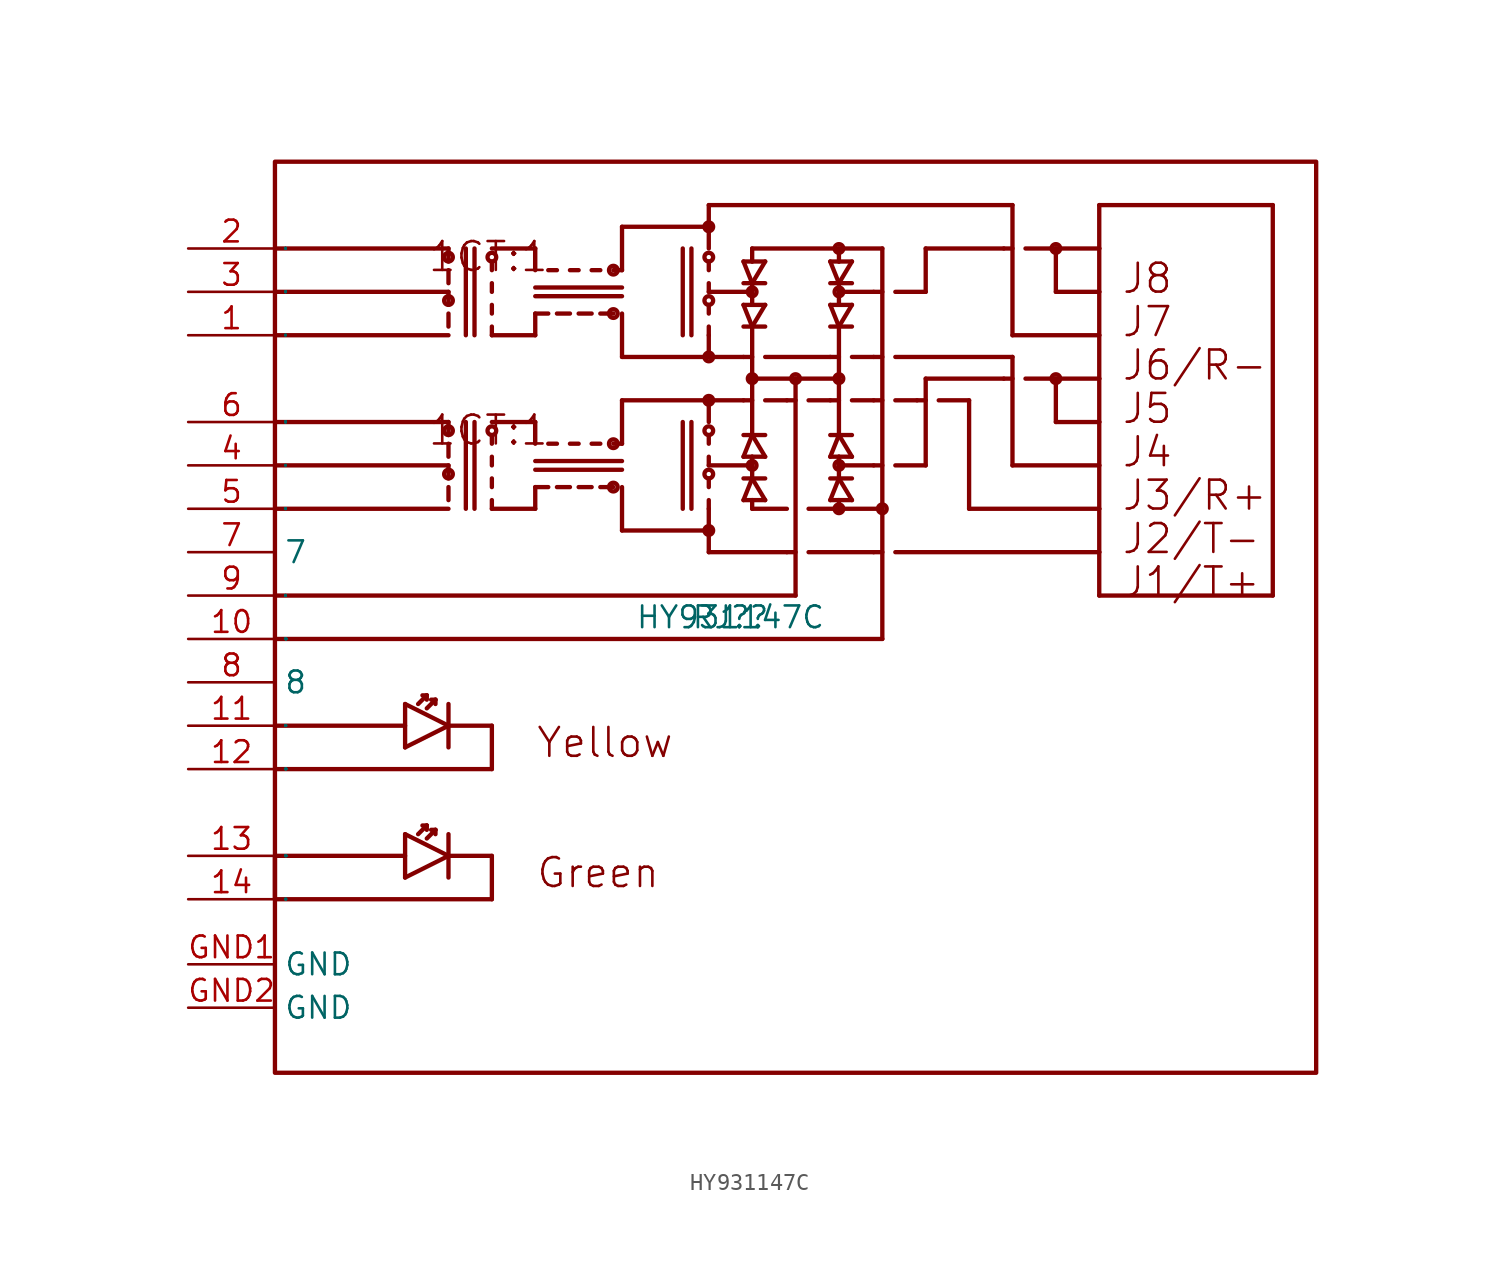
<source format=kicad_sym>
(kicad_symbol_lib
  (version 20241209)
  (generator "kicad_symbol_editor")
  (generator_version "9.0")
  (symbol "HY931147C"
    (property "Reference" "RJ?"
      (at 0 0 0)
      (effects (font (size 1.27 1.27))))
    (property "Value" "HY931147C"
      (at 0 0 0)
      (effects (font (size 1.27 1.27))))
    (symbol "HY931147C_0_0"
      (rectangle (start -26.67 26.67) (end 34.29 -26.67) (stroke (width 0.254) (type solid)) (fill (type none)))
      (polyline (pts (xy -26.67 21.59) (xy -16.51 21.59)) (stroke (width 0.254) (type solid)) (fill (type none)))
      (polyline (pts (xy -26.67 19.05) (xy -16.51 19.05)) (stroke (width 0.254) (type solid)) (fill (type none)))
      (polyline (pts (xy -26.67 8.89) (xy -16.51 8.89)) (stroke (width 0.254) (type solid)) (fill (type none)))
      (polyline (pts (xy -26.67 6.35) (xy -16.51 6.35)) (stroke (width 0.254) (type solid)) (fill (type none)))
      (polyline (pts (xy -26.67 1.27) (xy 3.81 1.27)) (stroke (width 0.254) (type solid)) (fill (type none)))
      (polyline (pts (xy -26.67 -1.27) (xy 8.89 -1.27)) (stroke (width 0.254) (type solid)) (fill (type none)))
      (polyline (pts (xy -26.67 -6.35) (xy -19.05 -6.35)) (stroke (width 0.254) (type solid)) (fill (type none)))
      (polyline (pts (xy -26.67 -8.89) (xy -13.97 -8.89)) (stroke (width 0.254) (type solid)) (fill (type none)))
      (polyline (pts (xy -26.67 -13.97) (xy -19.05 -13.97)) (stroke (width 0.254) (type solid)) (fill (type none)))
      (polyline (pts (xy -26.67 -16.51) (xy -26.67 -13.97)) (stroke (width 0.254) (type solid)) (fill (type none)))
      (polyline (pts (xy -26.67 -16.51) (xy -13.97 -16.51)) (stroke (width 0.254) (type solid)) (fill (type none)))
      (polyline (pts (xy -19.05 -5.08) (xy -19.05 -7.62)) (stroke (width 0.254) (type solid)) (fill (type none)))
      (polyline (pts (xy -19.05 -7.62) (xy -16.51 -6.35)) (stroke (width 0.254) (type solid)) (fill (type none)))
      (polyline (pts (xy -19.05 -12.7) (xy -19.05 -15.24)) (stroke (width 0.254) (type solid)) (fill (type none)))
      (polyline (pts (xy -19.05 -15.24) (xy -16.51 -13.97)) (stroke (width 0.254) (type solid)) (fill (type none)))
      (polyline (pts (xy -18.288 -5.08) (xy -17.78 -4.572)) (stroke (width 0.254) (type solid)) (fill (type none)))
      (polyline (pts (xy -18.288 -12.7) (xy -17.78 -12.192)) (stroke (width 0.254) (type solid)) (fill (type none)))
      (polyline (pts (xy -17.78 -4.572) (xy -18.034 -4.572)) (stroke (width 0.254) (type solid)) (fill (type none)))
      (polyline (pts (xy -17.78 -4.826) (xy -17.78 -4.572)) (stroke (width 0.254) (type solid)) (fill (type none)))
      (polyline (pts (xy -17.78 -5.334) (xy -17.272 -4.826)) (stroke (width 0.254) (type solid)) (fill (type none)))
      (polyline (pts (xy -17.78 -12.192) (xy -18.034 -12.192)) (stroke (width 0.254) (type solid)) (fill (type none)))
      (polyline (pts (xy -17.78 -12.446) (xy -17.78 -12.192)) (stroke (width 0.254) (type solid)) (fill (type none)))
      (polyline (pts (xy -17.78 -12.954) (xy -17.272 -12.446)) (stroke (width 0.254) (type solid)) (fill (type none)))
      (polyline (pts (xy -17.526 -4.826) (xy -17.272 -4.826)) (stroke (width 0.254) (type solid)) (fill (type none)))
      (polyline (pts (xy -17.526 -12.446) (xy -17.272 -12.446)) (stroke (width 0.254) (type solid)) (fill (type none)))
      (polyline (pts (xy -17.272 -4.826) (xy -17.272 -5.08)) (stroke (width 0.254) (type solid)) (fill (type none)))
      (polyline (pts (xy -17.272 -12.446) (xy -17.272 -12.7)) (stroke (width 0.254) (type solid)) (fill (type none)))
      (circle (center -16.51 21.082) (radius 0.254) (stroke (width 0.254) (type solid)) (fill (type none)))
      (polyline (pts (xy -16.51 20.828) (xy -16.51 21.59)) (stroke (width 0.254) (type solid)) (fill (type none)))
      (polyline (pts (xy -16.51 19.558) (xy -16.51 20.32)) (stroke (width 0.254) (type solid)) (fill (type none)))
      (circle (center -16.51 18.542) (radius 0.254) (stroke (width 0.254) (type solid)) (fill (type none)))
      (polyline (pts (xy -16.51 18.288) (xy -16.51 19.05)) (stroke (width 0.254) (type solid)) (fill (type none)))
      (polyline (pts (xy -16.51 17.018) (xy -16.51 17.78)) (stroke (width 0.254) (type solid)) (fill (type none)))
      (polyline (pts (xy -16.51 16.51) (xy -26.67 16.51)) (stroke (width 0.254) (type solid)) (fill (type none)))
      (polyline (pts (xy -16.51 11.43) (xy -26.67 11.43)) (stroke (width 0.254) (type solid)) (fill (type none)))
      (circle (center -16.51 10.922) (radius 0.254) (stroke (width 0.254) (type solid)) (fill (type none)))
      (polyline (pts (xy -16.51 10.668) (xy -16.51 11.43)) (stroke (width 0.254) (type solid)) (fill (type none)))
      (polyline (pts (xy -16.51 9.398) (xy -16.51 10.16)) (stroke (width 0.254) (type solid)) (fill (type none)))
      (circle (center -16.51 8.382) (radius 0.254) (stroke (width 0.254) (type solid)) (fill (type none)))
      (polyline (pts (xy -16.51 8.128) (xy -16.51 8.89)) (stroke (width 0.254) (type solid)) (fill (type none)))
      (polyline (pts (xy -16.51 6.858) (xy -16.51 7.62)) (stroke (width 0.254) (type solid)) (fill (type none)))
      (polyline (pts (xy -16.51 -5.08) (xy -16.51 -6.35)) (stroke (width 0.254) (type solid)) (fill (type none)))
      (polyline (pts (xy -16.51 -6.35) (xy -19.05 -5.08)) (stroke (width 0.254) (type solid)) (fill (type none)))
      (polyline (pts (xy -16.51 -6.35) (xy -16.51 -7.62)) (stroke (width 0.254) (type solid)) (fill (type none)))
      (polyline (pts (xy -16.51 -12.7) (xy -16.51 -13.97)) (stroke (width 0.254) (type solid)) (fill (type none)))
      (polyline (pts (xy -16.51 -13.97) (xy -19.05 -12.7)) (stroke (width 0.254) (type solid)) (fill (type none)))
      (polyline (pts (xy -16.51 -13.97) (xy -16.51 -15.24)) (stroke (width 0.254) (type solid)) (fill (type none)))
      (polyline (pts (xy -15.494 16.51) (xy -15.494 21.59)) (stroke (width 0.254) (type solid)) (fill (type none)))
      (polyline (pts (xy -15.494 6.35) (xy -15.494 11.43)) (stroke (width 0.254) (type solid)) (fill (type none)))
      (polyline (pts (xy -14.986 16.51) (xy -14.986 21.59)) (stroke (width 0.254) (type solid)) (fill (type none)))
      (polyline (pts (xy -14.986 6.35) (xy -14.986 11.43)) (stroke (width 0.254) (type solid)) (fill (type none)))
      (polyline (pts (xy -13.97 21.59) (xy -11.43 21.59)) (stroke (width 0.254) (type solid)) (fill (type none)))
      (circle (center -13.97 21.082) (radius 0.254) (stroke (width 0.254) (type solid)) (fill (type none)))
      (polyline (pts (xy -13.97 20.828) (xy -13.97 20.32)) (stroke (width 0.254) (type solid)) (fill (type none)))
      (polyline (pts (xy -13.97 19.558) (xy -13.97 19.05)) (stroke (width 0.254) (type solid)) (fill (type none)))
      (polyline (pts (xy -13.97 18.288) (xy -13.97 17.78)) (stroke (width 0.254) (type solid)) (fill (type none)))
      (polyline (pts (xy -13.97 17.018) (xy -13.97 16.51)) (stroke (width 0.254) (type solid)) (fill (type none)))
      (polyline (pts (xy -13.97 16.51) (xy -11.43 16.51)) (stroke (width 0.254) (type solid)) (fill (type none)))
      (polyline (pts (xy -13.97 11.43) (xy -11.43 11.43)) (stroke (width 0.254) (type solid)) (fill (type none)))
      (circle (center -13.97 10.922) (radius 0.254) (stroke (width 0.254) (type solid)) (fill (type none)))
      (polyline (pts (xy -13.97 10.668) (xy -13.97 10.16)) (stroke (width 0.254) (type solid)) (fill (type none)))
      (polyline (pts (xy -13.97 9.398) (xy -13.97 8.89)) (stroke (width 0.254) (type solid)) (fill (type none)))
      (polyline (pts (xy -13.97 8.128) (xy -13.97 7.62)) (stroke (width 0.254) (type solid)) (fill (type none)))
      (polyline (pts (xy -13.97 6.858) (xy -13.97 6.35)) (stroke (width 0.254) (type solid)) (fill (type none)))
      (polyline (pts (xy -13.97 6.35) (xy -11.43 6.35)) (stroke (width 0.254) (type solid)) (fill (type none)))
      (polyline (pts (xy -13.97 -6.35) (xy -16.51 -6.35)) (stroke (width 0.254) (type solid)) (fill (type none)))
      (polyline (pts (xy -13.97 -8.89) (xy -13.97 -6.35)) (stroke (width 0.254) (type solid)) (fill (type none)))
      (polyline (pts (xy -13.97 -13.97) (xy -16.51 -13.97)) (stroke (width 0.254) (type solid)) (fill (type none)))
      (polyline (pts (xy -13.97 -16.51) (xy -13.97 -13.97)) (stroke (width 0.254) (type solid)) (fill (type none)))
      (polyline (pts (xy -11.43 21.59) (xy -11.43 20.32)) (stroke (width 0.254) (type solid)) (fill (type none)))
      (polyline (pts (xy -11.43 19.304) (xy -6.35 19.304)) (stroke (width 0.254) (type solid)) (fill (type none)))
      (polyline (pts (xy -11.43 18.796) (xy -6.35 18.796)) (stroke (width 0.254) (type solid)) (fill (type none)))
      (polyline (pts (xy -11.43 16.51) (xy -11.43 17.78)) (stroke (width 0.254) (type solid)) (fill (type none)))
      (polyline (pts (xy -11.43 11.43) (xy -11.43 10.16)) (stroke (width 0.254) (type solid)) (fill (type none)))
      (polyline (pts (xy -11.43 9.144) (xy -6.35 9.144)) (stroke (width 0.254) (type solid)) (fill (type none)))
      (polyline (pts (xy -11.43 8.636) (xy -6.35 8.636)) (stroke (width 0.254) (type solid)) (fill (type none)))
      (polyline (pts (xy -11.43 6.35) (xy -11.43 7.62)) (stroke (width 0.254) (type solid)) (fill (type none)))
      (polyline (pts (xy -10.668 20.32) (xy -10.16 20.32)) (stroke (width 0.254) (type solid)) (fill (type none)))
      (polyline (pts (xy -10.668 17.78) (xy -11.43 17.78)) (stroke (width 0.254) (type solid)) (fill (type none)))
      (polyline (pts (xy -10.668 10.16) (xy -10.16 10.16)) (stroke (width 0.254) (type solid)) (fill (type none)))
      (polyline (pts (xy -10.668 7.62) (xy -11.43 7.62)) (stroke (width 0.254) (type solid)) (fill (type none)))
      (polyline (pts (xy -9.398 20.32) (xy -8.89 20.32)) (stroke (width 0.254) (type solid)) (fill (type none)))
      (polyline (pts (xy -9.398 17.78) (xy -10.16 17.78)) (stroke (width 0.254) (type solid)) (fill (type none)))
      (polyline (pts (xy -9.398 10.16) (xy -8.89 10.16)) (stroke (width 0.254) (type solid)) (fill (type none)))
      (polyline (pts (xy -9.398 7.62) (xy -10.16 7.62)) (stroke (width 0.254) (type solid)) (fill (type none)))
      (polyline (pts (xy -8.128 20.32) (xy -7.62 20.32)) (stroke (width 0.254) (type solid)) (fill (type none)))
      (polyline (pts (xy -8.128 17.78) (xy -8.89 17.78)) (stroke (width 0.254) (type solid)) (fill (type none)))
      (polyline (pts (xy -8.128 10.16) (xy -7.62 10.16)) (stroke (width 0.254) (type solid)) (fill (type none)))
      (polyline (pts (xy -8.128 7.62) (xy -8.89 7.62)) (stroke (width 0.254) (type solid)) (fill (type none)))
      (circle (center -6.858 20.32) (radius 0.254) (stroke (width 0.254) (type solid)) (fill (type none)))
      (polyline (pts (xy -6.858 20.32) (xy -6.35 20.32)) (stroke (width 0.254) (type solid)) (fill (type none)))
      (circle (center -6.858 17.78) (radius 0.254) (stroke (width 0.254) (type solid)) (fill (type none)))
      (polyline (pts (xy -6.858 17.78) (xy -7.62 17.78)) (stroke (width 0.254) (type solid)) (fill (type none)))
      (circle (center -6.858 10.16) (radius 0.254) (stroke (width 0.254) (type solid)) (fill (type none)))
      (polyline (pts (xy -6.858 10.16) (xy -6.35 10.16)) (stroke (width 0.254) (type solid)) (fill (type none)))
      (circle (center -6.858 7.62) (radius 0.254) (stroke (width 0.254) (type solid)) (fill (type none)))
      (polyline (pts (xy -6.858 7.62) (xy -7.62 7.62)) (stroke (width 0.254) (type solid)) (fill (type none)))
      (polyline (pts (xy -6.35 22.86) (xy -1.27 22.86)) (stroke (width 0.254) (type solid)) (fill (type none)))
      (polyline (pts (xy -6.35 20.32) (xy -6.35 22.86)) (stroke (width 0.254) (type solid)) (fill (type none)))
      (polyline (pts (xy -6.35 17.78) (xy -6.35 15.24)) (stroke (width 0.254) (type solid)) (fill (type none)))
      (polyline (pts (xy -6.35 15.24) (xy -1.27 15.24)) (stroke (width 0.254) (type solid)) (fill (type none)))
      (polyline (pts (xy -6.35 12.7) (xy -1.27 12.7)) (stroke (width 0.254) (type solid)) (fill (type none)))
      (polyline (pts (xy -6.35 10.16) (xy -6.35 12.7)) (stroke (width 0.254) (type solid)) (fill (type none)))
      (polyline (pts (xy -6.35 7.62) (xy -6.35 5.08)) (stroke (width 0.254) (type solid)) (fill (type none)))
      (polyline (pts (xy -6.35 5.08) (xy -1.27 5.08)) (stroke (width 0.254) (type solid)) (fill (type none)))
      (polyline (pts (xy -2.794 21.59) (xy -2.794 16.51)) (stroke (width 0.254) (type solid)) (fill (type none)))
      (polyline (pts (xy -2.794 11.43) (xy -2.794 6.35)) (stroke (width 0.254) (type solid)) (fill (type none)))
      (polyline (pts (xy -2.286 21.59) (xy -2.286 16.51)) (stroke (width 0.254) (type solid)) (fill (type none)))
      (polyline (pts (xy -2.286 11.43) (xy -2.286 6.35)) (stroke (width 0.254) (type solid)) (fill (type none)))
      (polyline (pts (xy -1.27 24.13) (xy 16.51 24.13)) (stroke (width 0.254) (type solid)) (fill (type none)))
      (circle (center -1.27 22.86) (radius 0.254) (stroke (width 0.254) (type solid)) (fill (type none)))
      (polyline (pts (xy -1.27 22.86) (xy -1.27 24.13)) (stroke (width 0.254) (type solid)) (fill (type none)))
      (polyline (pts (xy -1.27 22.86) (xy -1.27 21.59)) (stroke (width 0.254) (type solid)) (fill (type none)))
      (circle (center -1.27 21.082) (radius 0.254) (stroke (width 0.254) (type solid)) (fill (type none)))
      (polyline (pts (xy -1.27 20.828) (xy -1.27 20.32)) (stroke (width 0.254) (type solid)) (fill (type none)))
      (polyline (pts (xy -1.27 19.558) (xy -1.27 19.05)) (stroke (width 0.254) (type solid)) (fill (type none)))
      (circle (center -1.27 18.542) (radius 0.254) (stroke (width 0.254) (type solid)) (fill (type none)))
      (polyline (pts (xy -1.27 18.288) (xy -1.27 17.78)) (stroke (width 0.254) (type solid)) (fill (type none)))
      (polyline (pts (xy -1.27 17.018) (xy -1.27 16.51)) (stroke (width 0.254) (type solid)) (fill (type none)))
      (polyline (pts (xy -1.27 16.51) (xy -1.27 15.24)) (stroke (width 0.254) (type solid)) (fill (type none)))
      (circle (center -1.27 15.24) (radius 0.254) (stroke (width 0.254) (type solid)) (fill (type none)))
      (circle (center -1.27 12.7) (radius 0.254) (stroke (width 0.254) (type solid)) (fill (type none)))
      (polyline (pts (xy -1.27 12.7) (xy -1.27 11.43)) (stroke (width 0.254) (type solid)) (fill (type none)))
      (polyline (pts (xy -1.27 12.7) (xy 0.762 12.7)) (stroke (width 0.254) (type solid)) (fill (type none)))
      (circle (center -1.27 10.922) (radius 0.254) (stroke (width 0.254) (type solid)) (fill (type none)))
      (polyline (pts (xy -1.27 10.668) (xy -1.27 10.16)) (stroke (width 0.254) (type solid)) (fill (type none)))
      (polyline (pts (xy -1.27 9.398) (xy -1.27 8.89)) (stroke (width 0.254) (type solid)) (fill (type none)))
      (circle (center -1.27 8.382) (radius 0.254) (stroke (width 0.254) (type solid)) (fill (type none)))
      (polyline (pts (xy -1.27 8.128) (xy -1.27 7.62)) (stroke (width 0.254) (type solid)) (fill (type none)))
      (polyline (pts (xy -1.27 6.858) (xy -1.27 6.35)) (stroke (width 0.254) (type solid)) (fill (type none)))
      (circle (center -1.27 5.08) (radius 0.254) (stroke (width 0.254) (type solid)) (fill (type none)))
      (polyline (pts (xy -1.27 5.08) (xy -1.27 6.35)) (stroke (width 0.254) (type solid)) (fill (type none)))
      (polyline (pts (xy -1.27 5.08) (xy -1.27 3.81)) (stroke (width 0.254) (type solid)) (fill (type none)))
      (polyline (pts (xy -1.27 3.81) (xy 3.302 3.81)) (stroke (width 0.254) (type solid)) (fill (type none)))
      (polyline (pts (xy 0.762 20.828) (xy 1.27 19.558)) (stroke (width 0.254) (type solid)) (fill (type none)))
      (polyline (pts (xy 0.762 18.288) (xy 1.27 17.018)) (stroke (width 0.254) (type solid)) (fill (type none)))
      (polyline (pts (xy 0.762 15.24) (xy -1.27 15.24)) (stroke (width 0.254) (type solid)) (fill (type none)))
      (polyline (pts (xy 0.762 10.668) (xy 1.27 10.668)) (stroke (width 0.254) (type solid)) (fill (type none)))
      (polyline (pts (xy 0.762 9.398) (xy 1.27 9.398)) (stroke (width 0.254) (type solid)) (fill (type none)))
      (polyline (pts (xy 0.762 8.128) (xy 1.27 8.128)) (stroke (width 0.254) (type solid)) (fill (type none)))
      (polyline (pts (xy 0.762 6.858) (xy 1.27 6.858)) (stroke (width 0.254) (type solid)) (fill (type none)))
      (polyline (pts (xy 1.27 21.59) (xy 6.35 21.59)) (stroke (width 0.254) (type solid)) (fill (type none)))
      (polyline (pts (xy 1.27 20.828) (xy 0.762 20.828)) (stroke (width 0.254) (type solid)) (fill (type none)))
      (polyline (pts (xy 1.27 20.828) (xy 1.27 21.59)) (stroke (width 0.254) (type solid)) (fill (type none)))
      (polyline (pts (xy 1.27 19.558) (xy 0.762 19.558)) (stroke (width 0.254) (type solid)) (fill (type none)))
      (polyline (pts (xy 1.27 19.558) (xy 1.27 19.05)) (stroke (width 0.254) (type solid)) (fill (type none)))
      (polyline (pts (xy 1.27 19.558) (xy 2.032 20.828)) (stroke (width 0.254) (type solid)) (fill (type none)))
      (polyline (pts (xy 1.27 19.05) (xy -1.27 19.05)) (stroke (width 0.254) (type solid)) (fill (type none)))
      (polyline (pts (xy 1.27 19.05) (xy 1.27 18.288)) (stroke (width 0.254) (type solid)) (fill (type none)))
      (circle (center 1.27 19.05) (radius 0.254) (stroke (width 0.254) (type solid)) (fill (type none)))
      (polyline (pts (xy 1.27 18.288) (xy 0.762 18.288)) (stroke (width 0.254) (type solid)) (fill (type none)))
      (polyline (pts (xy 1.27 17.018) (xy 0.762 17.018)) (stroke (width 0.254) (type solid)) (fill (type none)))
      (polyline (pts (xy 1.27 17.018) (xy 1.27 13.97)) (stroke (width 0.254) (type solid)) (fill (type none)))
      (polyline (pts (xy 1.27 17.018) (xy 2.032 18.288)) (stroke (width 0.254) (type solid)) (fill (type none)))
      (polyline (pts (xy 1.27 15.24) (xy 0.762 15.24)) (stroke (width 0.254) (type solid)) (fill (type none)))
      (polyline (pts (xy 1.27 13.97) (xy 1.27 10.668)) (stroke (width 0.254) (type solid)) (fill (type none)))
      (polyline (pts (xy 1.27 13.97) (xy 3.81 13.97)) (stroke (width 0.254) (type solid)) (fill (type none)))
      (circle (center 1.27 13.97) (radius 0.254) (stroke (width 0.254) (type solid)) (fill (type none)))
      (polyline (pts (xy 1.27 12.7) (xy 0.762 12.7)) (stroke (width 0.254) (type solid)) (fill (type none)))
      (polyline (pts (xy 1.27 10.668) (xy 0.762 9.398)) (stroke (width 0.254) (type solid)) (fill (type none)))
      (polyline (pts (xy 1.27 10.668) (xy 2.032 10.668)) (stroke (width 0.254) (type solid)) (fill (type none)))
      (polyline (pts (xy 1.27 9.398) (xy 2.032 9.398)) (stroke (width 0.254) (type solid)) (fill (type none)))
      (polyline (pts (xy 1.27 8.89) (xy -1.27 8.89)) (stroke (width 0.254) (type solid)) (fill (type none)))
      (polyline (pts (xy 1.27 8.89) (xy 1.27 9.398)) (stroke (width 0.254) (type solid)) (fill (type none)))
      (circle (center 1.27 8.89) (radius 0.254) (stroke (width 0.254) (type solid)) (fill (type none)))
      (polyline (pts (xy 1.27 8.128) (xy 0.762 6.858)) (stroke (width 0.254) (type solid)) (fill (type none)))
      (polyline (pts (xy 1.27 8.128) (xy 1.27 8.89)) (stroke (width 0.254) (type solid)) (fill (type none)))
      (polyline (pts (xy 1.27 8.128) (xy 2.032 8.128)) (stroke (width 0.254) (type solid)) (fill (type none)))
      (polyline (pts (xy 1.27 6.858) (xy 1.27 6.35)) (stroke (width 0.254) (type solid)) (fill (type none)))
      (polyline (pts (xy 1.27 6.858) (xy 2.032 6.858)) (stroke (width 0.254) (type solid)) (fill (type none)))
      (polyline (pts (xy 1.27 6.35) (xy 3.302 6.35)) (stroke (width 0.254) (type solid)) (fill (type none)))
      (polyline (pts (xy 2.032 20.828) (xy 1.27 20.828)) (stroke (width 0.254) (type solid)) (fill (type none)))
      (polyline (pts (xy 2.032 19.558) (xy 1.27 19.558)) (stroke (width 0.254) (type solid)) (fill (type none)))
      (polyline (pts (xy 2.032 18.288) (xy 1.27 18.288)) (stroke (width 0.254) (type solid)) (fill (type none)))
      (polyline (pts (xy 2.032 17.018) (xy 1.27 17.018)) (stroke (width 0.254) (type solid)) (fill (type none)))
      (polyline (pts (xy 2.032 15.24) (xy 5.842 15.24)) (stroke (width 0.254) (type solid)) (fill (type none)))
      (polyline (pts (xy 2.032 12.7) (xy 3.302 12.7)) (stroke (width 0.254) (type solid)) (fill (type none)))
      (polyline (pts (xy 2.032 9.398) (xy 1.27 10.668)) (stroke (width 0.254) (type solid)) (fill (type none)))
      (polyline (pts (xy 2.032 6.858) (xy 1.27 8.128)) (stroke (width 0.254) (type solid)) (fill (type none)))
      (polyline (pts (xy 3.81 13.97) (xy 6.35 13.97)) (stroke (width 0.254) (type solid)) (fill (type none)))
      (circle (center 3.81 13.97) (radius 0.254) (stroke (width 0.254) (type solid)) (fill (type none)))
      (polyline (pts (xy 3.81 12.7) (xy 3.302 12.7)) (stroke (width 0.254) (type solid)) (fill (type none)))
      (polyline (pts (xy 3.81 3.81) (xy 3.302 3.81)) (stroke (width 0.254) (type solid)) (fill (type none)))
      (polyline (pts (xy 3.81 1.27) (xy 3.81 13.97)) (stroke (width 0.254) (type solid)) (fill (type none)))
      (polyline (pts (xy 4.572 12.7) (xy 5.842 12.7)) (stroke (width 0.254) (type solid)) (fill (type none)))
      (polyline (pts (xy 4.572 6.35) (xy 6.35 6.35)) (stroke (width 0.254) (type solid)) (fill (type none)))
      (polyline (pts (xy 4.572 3.81) (xy 8.382 3.81)) (stroke (width 0.254) (type solid)) (fill (type none)))
      (polyline (pts (xy 5.842 20.828) (xy 6.35 19.558)) (stroke (width 0.254) (type solid)) (fill (type none)))
      (polyline (pts (xy 5.842 18.288) (xy 6.35 17.018)) (stroke (width 0.254) (type solid)) (fill (type none)))
      (polyline (pts (xy 5.842 10.668) (xy 6.35 10.668)) (stroke (width 0.254) (type solid)) (fill (type none)))
      (polyline (pts (xy 5.842 9.398) (xy 6.35 9.398)) (stroke (width 0.254) (type solid)) (fill (type none)))
      (polyline (pts (xy 5.842 8.128) (xy 6.35 8.128)) (stroke (width 0.254) (type solid)) (fill (type none)))
      (polyline (pts (xy 5.842 6.858) (xy 6.35 6.858)) (stroke (width 0.254) (type solid)) (fill (type none)))
      (circle (center 6.35 21.59) (radius 0.254) (stroke (width 0.254) (type solid)) (fill (type none)))
      (polyline (pts (xy 6.35 20.828) (xy 5.842 20.828)) (stroke (width 0.254) (type solid)) (fill (type none)))
      (polyline (pts (xy 6.35 20.828) (xy 6.35 21.59)) (stroke (width 0.254) (type solid)) (fill (type none)))
      (polyline (pts (xy 6.35 19.558) (xy 5.842 19.558)) (stroke (width 0.254) (type solid)) (fill (type none)))
      (polyline (pts (xy 6.35 19.558) (xy 6.35 19.05)) (stroke (width 0.254) (type solid)) (fill (type none)))
      (polyline (pts (xy 6.35 19.558) (xy 7.112 20.828)) (stroke (width 0.254) (type solid)) (fill (type none)))
      (polyline (pts (xy 6.35 19.05) (xy 6.35 18.288)) (stroke (width 0.254) (type solid)) (fill (type none)))
      (polyline (pts (xy 6.35 19.05) (xy 8.382 19.05)) (stroke (width 0.254) (type solid)) (fill (type none)))
      (circle (center 6.35 19.05) (radius 0.254) (stroke (width 0.254) (type solid)) (fill (type none)))
      (polyline (pts (xy 6.35 18.288) (xy 5.842 18.288)) (stroke (width 0.254) (type solid)) (fill (type none)))
      (polyline (pts (xy 6.35 17.018) (xy 5.842 17.018)) (stroke (width 0.254) (type solid)) (fill (type none)))
      (polyline (pts (xy 6.35 17.018) (xy 6.35 13.97)) (stroke (width 0.254) (type solid)) (fill (type none)))
      (polyline (pts (xy 6.35 17.018) (xy 7.112 18.288)) (stroke (width 0.254) (type solid)) (fill (type none)))
      (polyline (pts (xy 6.35 15.24) (xy 5.842 15.24)) (stroke (width 0.254) (type solid)) (fill (type none)))
      (polyline (pts (xy 6.35 13.97) (xy 6.35 10.668)) (stroke (width 0.254) (type solid)) (fill (type none)))
      (circle (center 6.35 13.97) (radius 0.254) (stroke (width 0.254) (type solid)) (fill (type none)))
      (polyline (pts (xy 6.35 12.7) (xy 5.842 12.7)) (stroke (width 0.254) (type solid)) (fill (type none)))
      (polyline (pts (xy 6.35 10.668) (xy 5.842 9.398)) (stroke (width 0.254) (type solid)) (fill (type none)))
      (polyline (pts (xy 6.35 10.668) (xy 7.112 10.668)) (stroke (width 0.254) (type solid)) (fill (type none)))
      (polyline (pts (xy 6.35 9.398) (xy 7.112 9.398)) (stroke (width 0.254) (type solid)) (fill (type none)))
      (polyline (pts (xy 6.35 8.89) (xy 6.35 9.398)) (stroke (width 0.254) (type solid)) (fill (type none)))
      (polyline (pts (xy 6.35 8.89) (xy 8.382 8.89)) (stroke (width 0.254) (type solid)) (fill (type none)))
      (circle (center 6.35 8.89) (radius 0.254) (stroke (width 0.254) (type solid)) (fill (type none)))
      (polyline (pts (xy 6.35 8.128) (xy 5.842 6.858)) (stroke (width 0.254) (type solid)) (fill (type none)))
      (polyline (pts (xy 6.35 8.128) (xy 6.35 8.89)) (stroke (width 0.254) (type solid)) (fill (type none)))
      (polyline (pts (xy 6.35 8.128) (xy 7.112 8.128)) (stroke (width 0.254) (type solid)) (fill (type none)))
      (polyline (pts (xy 6.35 6.858) (xy 6.35 6.35)) (stroke (width 0.254) (type solid)) (fill (type none)))
      (polyline (pts (xy 6.35 6.858) (xy 7.112 6.858)) (stroke (width 0.254) (type solid)) (fill (type none)))
      (polyline (pts (xy 6.35 6.35) (xy 8.89 6.35)) (stroke (width 0.254) (type solid)) (fill (type none)))
      (circle (center 6.35 6.35) (radius 0.254) (stroke (width 0.254) (type solid)) (fill (type none)))
      (polyline (pts (xy 7.112 20.828) (xy 6.35 20.828)) (stroke (width 0.254) (type solid)) (fill (type none)))
      (polyline (pts (xy 7.112 19.558) (xy 6.35 19.558)) (stroke (width 0.254) (type solid)) (fill (type none)))
      (polyline (pts (xy 7.112 18.288) (xy 6.35 18.288)) (stroke (width 0.254) (type solid)) (fill (type none)))
      (polyline (pts (xy 7.112 17.018) (xy 6.35 17.018)) (stroke (width 0.254) (type solid)) (fill (type none)))
      (polyline (pts (xy 7.112 15.24) (xy 8.382 15.24)) (stroke (width 0.254) (type solid)) (fill (type none)))
      (polyline (pts (xy 7.112 12.7) (xy 8.382 12.7)) (stroke (width 0.254) (type solid)) (fill (type none)))
      (polyline (pts (xy 7.112 9.398) (xy 6.35 10.668)) (stroke (width 0.254) (type solid)) (fill (type none)))
      (polyline (pts (xy 7.112 6.858) (xy 6.35 8.128)) (stroke (width 0.254) (type solid)) (fill (type none)))
      (polyline (pts (xy 8.89 21.59) (xy 6.35 21.59)) (stroke (width 0.254) (type solid)) (fill (type none)))
      (polyline (pts (xy 8.89 19.05) (xy 8.382 19.05)) (stroke (width 0.254) (type solid)) (fill (type none)))
      (polyline (pts (xy 8.89 15.24) (xy 8.382 15.24)) (stroke (width 0.254) (type solid)) (fill (type none)))
      (polyline (pts (xy 8.89 12.7) (xy 8.382 12.7)) (stroke (width 0.254) (type solid)) (fill (type none)))
      (polyline (pts (xy 8.89 8.89) (xy 8.382 8.89)) (stroke (width 0.254) (type solid)) (fill (type none)))
      (polyline (pts (xy 8.89 6.35) (xy 8.89 21.59)) (stroke (width 0.254) (type solid)) (fill (type none)))
      (circle (center 8.89 6.35) (radius 0.254) (stroke (width 0.254) (type solid)) (fill (type none)))
      (polyline (pts (xy 8.89 3.81) (xy 8.382 3.81)) (stroke (width 0.254) (type solid)) (fill (type none)))
      (polyline (pts (xy 8.89 -1.27) (xy 8.89 6.35)) (stroke (width 0.254) (type solid)) (fill (type none)))
      (polyline (pts (xy 9.652 19.05) (xy 11.43 19.05)) (stroke (width 0.254) (type solid)) (fill (type none)))
      (polyline (pts (xy 9.652 15.24) (xy 16.51 15.24)) (stroke (width 0.254) (type solid)) (fill (type none)))
      (polyline (pts (xy 9.652 12.7) (xy 10.922 12.7)) (stroke (width 0.254) (type solid)) (fill (type none)))
      (polyline (pts (xy 9.652 8.89) (xy 11.43 8.89)) (stroke (width 0.254) (type solid)) (fill (type none)))
      (polyline (pts (xy 9.652 3.81) (xy 21.59 3.81)) (stroke (width 0.254) (type solid)) (fill (type none)))
      (polyline (pts (xy 11.43 21.59) (xy 16.002 21.59)) (stroke (width 0.254) (type solid)) (fill (type none)))
      (polyline (pts (xy 11.43 19.05) (xy 11.43 21.59)) (stroke (width 0.254) (type solid)) (fill (type none)))
      (polyline (pts (xy 11.43 13.97) (xy 16.002 13.97)) (stroke (width 0.254) (type solid)) (fill (type none)))
      (polyline (pts (xy 11.43 12.7) (xy 10.922 12.7)) (stroke (width 0.254) (type solid)) (fill (type none)))
      (polyline (pts (xy 11.43 8.89) (xy 11.43 13.97)) (stroke (width 0.254) (type solid)) (fill (type none)))
      (polyline (pts (xy 12.192 12.7) (xy 13.97 12.7)) (stroke (width 0.254) (type solid)) (fill (type none)))
      (polyline (pts (xy 13.97 12.7) (xy 13.97 6.35)) (stroke (width 0.254) (type solid)) (fill (type none)))
      (polyline (pts (xy 13.97 6.35) (xy 21.59 6.35)) (stroke (width 0.254) (type solid)) (fill (type none)))
      (polyline (pts (xy 16.51 24.13) (xy 16.51 16.51)) (stroke (width 0.254) (type solid)) (fill (type none)))
      (polyline (pts (xy 16.51 21.59) (xy 16.002 21.59)) (stroke (width 0.254) (type solid)) (fill (type none)))
      (polyline (pts (xy 16.51 16.51) (xy 21.59 16.51)) (stroke (width 0.254) (type solid)) (fill (type none)))
      (polyline (pts (xy 16.51 15.24) (xy 16.51 8.89)) (stroke (width 0.254) (type solid)) (fill (type none)))
      (polyline (pts (xy 16.51 13.97) (xy 16.002 13.97)) (stroke (width 0.254) (type solid)) (fill (type none)))
      (polyline (pts (xy 16.51 8.89) (xy 21.59 8.89)) (stroke (width 0.254) (type solid)) (fill (type none)))
      (polyline (pts (xy 17.272 21.59) (xy 19.05 21.59)) (stroke (width 0.254) (type solid)) (fill (type none)))
      (polyline (pts (xy 17.272 13.97) (xy 19.05 13.97)) (stroke (width 0.254) (type solid)) (fill (type none)))
      (polyline (pts (xy 19.05 21.59) (xy 19.05 19.05)) (stroke (width 0.254) (type solid)) (fill (type none)))
      (circle (center 19.05 21.59) (radius 0.254) (stroke (width 0.254) (type solid)) (fill (type none)))
      (polyline (pts (xy 19.05 19.05) (xy 21.59 19.05)) (stroke (width 0.254) (type solid)) (fill (type none)))
      (polyline (pts (xy 19.05 13.97) (xy 21.59 13.97)) (stroke (width 0.254) (type solid)) (fill (type none)))
      (circle (center 19.05 13.97) (radius 0.254) (stroke (width 0.254) (type solid)) (fill (type none)))
      (polyline (pts (xy 19.05 11.43) (xy 19.05 13.97)) (stroke (width 0.254) (type solid)) (fill (type none)))
      (polyline (pts (xy 21.59 24.13) (xy 21.59 21.59)) (stroke (width 0.254) (type solid)) (fill (type none)))
      (polyline (pts (xy 21.59 21.59) (xy 19.05 21.59)) (stroke (width 0.254) (type solid)) (fill (type none)))
      (polyline (pts (xy 21.59 21.59) (xy 21.59 19.05)) (stroke (width 0.254) (type solid)) (fill (type none)))
      (polyline (pts (xy 21.59 19.05) (xy 21.59 16.51)) (stroke (width 0.254) (type solid)) (fill (type none)))
      (polyline (pts (xy 21.59 16.51) (xy 21.59 13.97)) (stroke (width 0.254) (type solid)) (fill (type none)))
      (polyline (pts (xy 21.59 13.97) (xy 21.59 11.43)) (stroke (width 0.254) (type solid)) (fill (type none)))
      (polyline (pts (xy 21.59 11.43) (xy 19.05 11.43)) (stroke (width 0.254) (type solid)) (fill (type none)))
      (polyline (pts (xy 21.59 11.43) (xy 21.59 8.89)) (stroke (width 0.254) (type solid)) (fill (type none)))
      (polyline (pts (xy 21.59 8.89) (xy 21.59 6.35)) (stroke (width 0.254) (type solid)) (fill (type none)))
      (polyline (pts (xy 21.59 6.35) (xy 21.59 3.81)) (stroke (width 0.254) (type solid)) (fill (type none)))
      (polyline (pts (xy 21.59 3.81) (xy 21.59 1.27)) (stroke (width 0.254) (type solid)) (fill (type none)))
      (polyline (pts (xy 21.59 1.27) (xy 31.75 1.27)) (stroke (width 0.254) (type solid)) (fill (type none)))
      (polyline (pts (xy 31.75 24.13) (xy 21.59 24.13)) (stroke (width 0.254) (type solid)) (fill (type none)))
      (polyline (pts (xy 31.75 1.27) (xy 31.75 24.13)) (stroke (width 0.254) (type solid)) (fill (type none)))
      (text "1CT:1" (at -17.78 22.098 0) (effects (font (face "KiCad Font") (size 1.689 1.689)) (justify left top)))
      (text "1CT:1" (at -17.78 11.938 0) (effects (font (face "KiCad Font") (size 1.689 1.689)) (justify left top)))
      (text "Yellow" (at -11.43 -6.35 0) (effects (font (face "KiCad Font") (size 1.689 1.689)) (justify left top)))
      (text "Green" (at -11.43 -13.97 0) (effects (font (face "KiCad Font") (size 1.689 1.689)) (justify left top)))
      (text "J8" (at 22.86 20.828 0) (effects (font (face "KiCad Font") (size 1.689 1.689)) (justify left top)))
      (text "J7" (at 22.86 18.288 0) (effects (font (face "KiCad Font") (size 1.689 1.689)) (justify left top)))
      (text "J6/R-" (at 22.86 15.748 0) (effects (font (face "KiCad Font") (size 1.689 1.689)) (justify left top)))
      (text "J5" (at 22.86 13.208 0) (effects (font (face "KiCad Font") (size 1.689 1.689)) (justify left top)))
      (text "J4" (at 22.86 10.668 0) (effects (font (face "KiCad Font") (size 1.689 1.689)) (justify left top)))
      (text "J3/R+" (at 22.86 8.128 0) (effects (font (face "KiCad Font") (size 1.689 1.689)) (justify left top)))
      (text "J2/T-" (at 22.86 5.588 0) (effects (font (face "KiCad Font") (size 1.689 1.689)) (justify left top)))
      (text "J1/T+" (at 22.86 3.048 0) (effects (font (face "KiCad Font") (size 1.689 1.689)) (justify left top)))
      (pin unspecified line (at -31.75 21.59 0) (length 5.08) (name "2" (effects (font (size 0.025 0.025)))) (number "2" (effects (font (size 1.27 1.27)))))
      (pin unspecified line (at -31.75 19.05 0) (length 5.08) (name "3" (effects (font (size 0.025 0.025)))) (number "3" (effects (font (size 1.27 1.27)))))
      (pin unspecified line (at -31.75 16.51 0) (length 5.08) (name "1" (effects (font (size 0.025 0.025)))) (number "1" (effects (font (size 1.27 1.27)))))
      (pin unspecified line (at -31.75 11.43 0) (length 5.08) (name "6" (effects (font (size 0.025 0.025)))) (number "6" (effects (font (size 1.27 1.27)))))
      (pin unspecified line (at -31.75 8.89 0) (length 5.08) (name "4" (effects (font (size 0.025 0.025)))) (number "4" (effects (font (size 1.27 1.27)))))
      (pin unspecified line (at -31.75 6.35 0) (length 5.08) (name "5" (effects (font (size 0.025 0.025)))) (number "5" (effects (font (size 1.27 1.27)))))
      (pin unspecified line (at -31.75 3.81 0) (length 5.08) (name "7" (effects (font (size 1.27 1.27)))) (number "7" (effects (font (size 1.27 1.27)))))
      (pin unspecified line (at -31.75 1.27 0) (length 5.08) (name "9" (effects (font (size 0.025 0.025)))) (number "9" (effects (font (size 1.27 1.27)))))
      (pin unspecified line (at -31.75 -1.27 0) (length 5.08) (name "10" (effects (font (size 0.025 0.025)))) (number "10" (effects (font (size 1.27 1.27)))))
      (pin unspecified line (at -31.75 -3.81 0) (length 5.08) (name "8" (effects (font (size 1.27 1.27)))) (number "8" (effects (font (size 1.27 1.27)))))
      (pin unspecified line (at -31.75 -6.35 0) (length 5.08) (name "11" (effects (font (size 0.025 0.025)))) (number "11" (effects (font (size 1.27 1.27)))))
      (pin unspecified line (at -31.75 -8.89 0) (length 5.08) (name "12" (effects (font (size 0.025 0.025)))) (number "12" (effects (font (size 1.27 1.27)))))
      (pin unspecified line (at -31.75 -13.97 0) (length 5.08) (name "13" (effects (font (size 0.025 0.025)))) (number "13" (effects (font (size 1.27 1.27)))))
      (pin unspecified line (at -31.75 -16.51 0) (length 5.08) (name "14" (effects (font (size 0.025 0.025)))) (number "14" (effects (font (size 1.27 1.27)))))
      (pin passive line (at -31.75 -20.32 0) (length 5.08) (name "GND" (effects (font (size 1.27 1.27)))) (number "GND1" (effects (font (size 1.27 1.27)))))
      (pin passive line (at -31.75 -22.86 0) (length 5.08) (name "GND" (effects (font (size 1.27 1.27)))) (number "GND2" (effects (font (size 1.27 1.27))))))))
</source>
